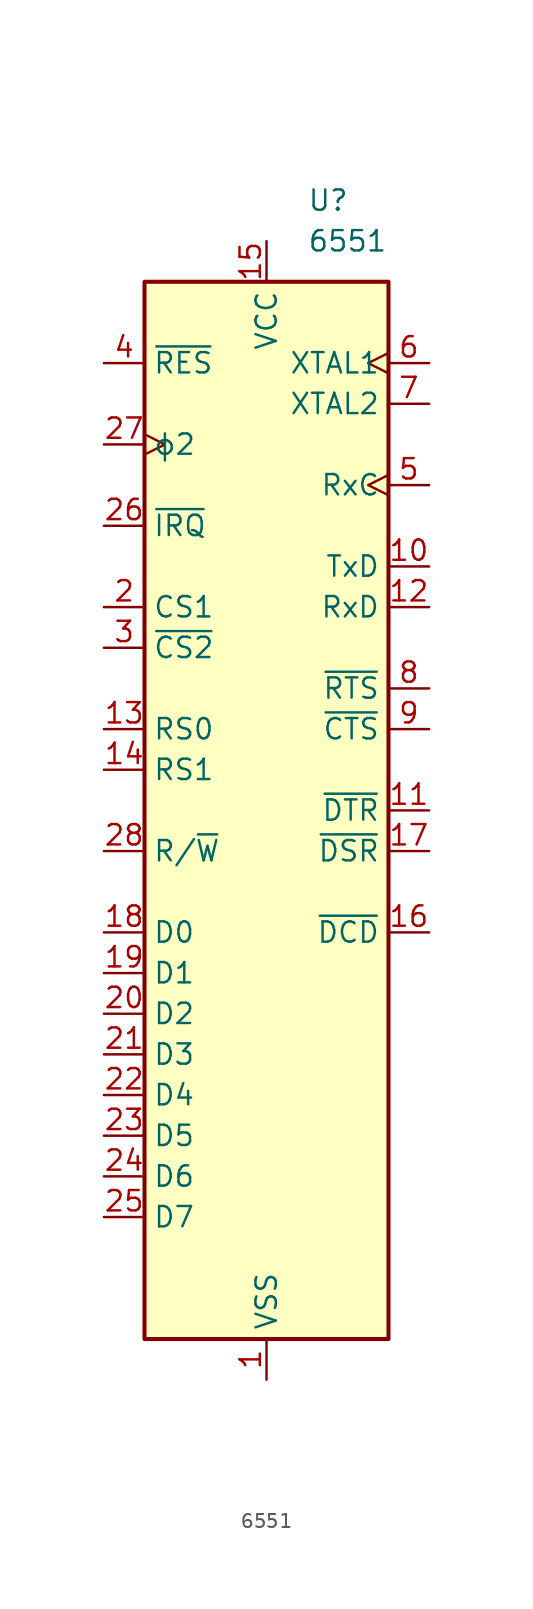
<source format=kicad_sym>
(kicad_symbol_lib
  (version 20241209)
  (generator "kicad_symbol_editor")
  (generator_version "9.0")
  (symbol "6551"
    (property "Reference" "U"
      (at 2.54 38.1 0)
      (effects (font (size 1.27 1.27)) (justify left)))
    (property "Value" "6551"
      (at 2.54 35.56 0)
      (effects (font (size 1.27 1.27)) (justify left)))
    (symbol "6551_0_1"
      (rectangle (start -7.62 33.02) (end 7.62 -33.02) (stroke (width 0.254) (type default)) (fill (type background))))
    (symbol "6551_1_1"
      (pin input line (at -10.16 27.94 0) (length 2.54) (name "~{RES}" (effects (font (size 1.27 1.27)))) (number "4" (effects (font (size 1.27 1.27)))))
      (pin input clock (at -10.16 22.86 0) (length 2.54) (name "ϕ2" (effects (font (size 1.27 1.27)))) (number "27" (effects (font (size 1.27 1.27)))))
      (pin open_collector line (at -10.16 17.78 0) (length 2.54) (name "~{IRQ}" (effects (font (size 1.27 1.27)))) (number "26" (effects (font (size 1.27 1.27)))))
      (pin input line (at -10.16 12.7 0) (length 2.54) (name "CS1" (effects (font (size 1.27 1.27)))) (number "2" (effects (font (size 1.27 1.27)))))
      (pin input line (at -10.16 10.16 0) (length 2.54) (name "~{CS2}" (effects (font (size 1.27 1.27)))) (number "3" (effects (font (size 1.27 1.27)))))
      (pin input line (at -10.16 5.08 0) (length 2.54) (name "RS0" (effects (font (size 1.27 1.27)))) (number "13" (effects (font (size 1.27 1.27)))))
      (pin input line (at -10.16 2.54 0) (length 2.54) (name "RS1" (effects (font (size 1.27 1.27)))) (number "14" (effects (font (size 1.27 1.27)))))
      (pin input line (at -10.16 -2.54 0) (length 2.54) (name "R/~{W}" (effects (font (size 1.27 1.27)))) (number "28" (effects (font (size 1.27 1.27)))))
      (pin bidirectional line (at -10.16 -7.62 0) (length 2.54) (name "D0" (effects (font (size 1.27 1.27)))) (number "18" (effects (font (size 1.27 1.27)))))
      (pin bidirectional line (at -10.16 -10.16 0) (length 2.54) (name "D1" (effects (font (size 1.27 1.27)))) (number "19" (effects (font (size 1.27 1.27)))))
      (pin bidirectional line (at -10.16 -12.7 0) (length 2.54) (name "D2" (effects (font (size 1.27 1.27)))) (number "20" (effects (font (size 1.27 1.27)))))
      (pin bidirectional line (at -10.16 -15.24 0) (length 2.54) (name "D3" (effects (font (size 1.27 1.27)))) (number "21" (effects (font (size 1.27 1.27)))))
      (pin bidirectional line (at -10.16 -17.78 0) (length 2.54) (name "D4" (effects (font (size 1.27 1.27)))) (number "22" (effects (font (size 1.27 1.27)))))
      (pin bidirectional line (at -10.16 -20.32 0) (length 2.54) (name "D5" (effects (font (size 1.27 1.27)))) (number "23" (effects (font (size 1.27 1.27)))))
      (pin bidirectional line (at -10.16 -22.86 0) (length 2.54) (name "D6" (effects (font (size 1.27 1.27)))) (number "24" (effects (font (size 1.27 1.27)))))
      (pin bidirectional line (at -10.16 -25.4 0) (length 2.54) (name "D7" (effects (font (size 1.27 1.27)))) (number "25" (effects (font (size 1.27 1.27)))))
      (pin power_in line (at 0 35.56 270) (length 2.54) (name "VCC" (effects (font (size 1.27 1.27)))) (number "15" (effects (font (size 1.27 1.27)))))
      (pin power_in line (at 0 -35.56 90) (length 2.54) (name "VSS" (effects (font (size 1.27 1.27)))) (number "1" (effects (font (size 1.27 1.27)))))
      (pin input clock (at 10.16 27.94 180) (length 2.54) (name "XTAL1" (effects (font (size 1.27 1.27)))) (number "6" (effects (font (size 1.27 1.27)))))
      (pin output line (at 10.16 25.4 180) (length 2.54) (name "XTAL2" (effects (font (size 1.27 1.27)))) (number "7" (effects (font (size 1.27 1.27)))))
      (pin bidirectional clock (at 10.16 20.32 180) (length 2.54) (name "RxC" (effects (font (size 1.27 1.27)))) (number "5" (effects (font (size 1.27 1.27)))))
      (pin output line (at 10.16 15.24 180) (length 2.54) (name "TxD" (effects (font (size 1.27 1.27)))) (number "10" (effects (font (size 1.27 1.27)))))
      (pin input line (at 10.16 12.7 180) (length 2.54) (name "RxD" (effects (font (size 1.27 1.27)))) (number "12" (effects (font (size 1.27 1.27)))))
      (pin output line (at 10.16 7.62 180) (length 2.54) (name "~{RTS}" (effects (font (size 1.27 1.27)))) (number "8" (effects (font (size 1.27 1.27)))))
      (pin input line (at 10.16 5.08 180) (length 2.54) (name "~{CTS}" (effects (font (size 1.27 1.27)))) (number "9" (effects (font (size 1.27 1.27)))))
      (pin output line (at 10.16 0 180) (length 2.54) (name "~{DTR}" (effects (font (size 1.27 1.27)))) (number "11" (effects (font (size 1.27 1.27)))))
      (pin input line (at 10.16 -2.54 180) (length 2.54) (name "~{DSR}" (effects (font (size 1.27 1.27)))) (number "17" (effects (font (size 1.27 1.27)))))
      (pin input line (at 10.16 -7.62 180) (length 2.54) (name "~{DCD}" (effects (font (size 1.27 1.27)))) (number "16" (effects (font (size 1.27 1.27))))))))
</source>
